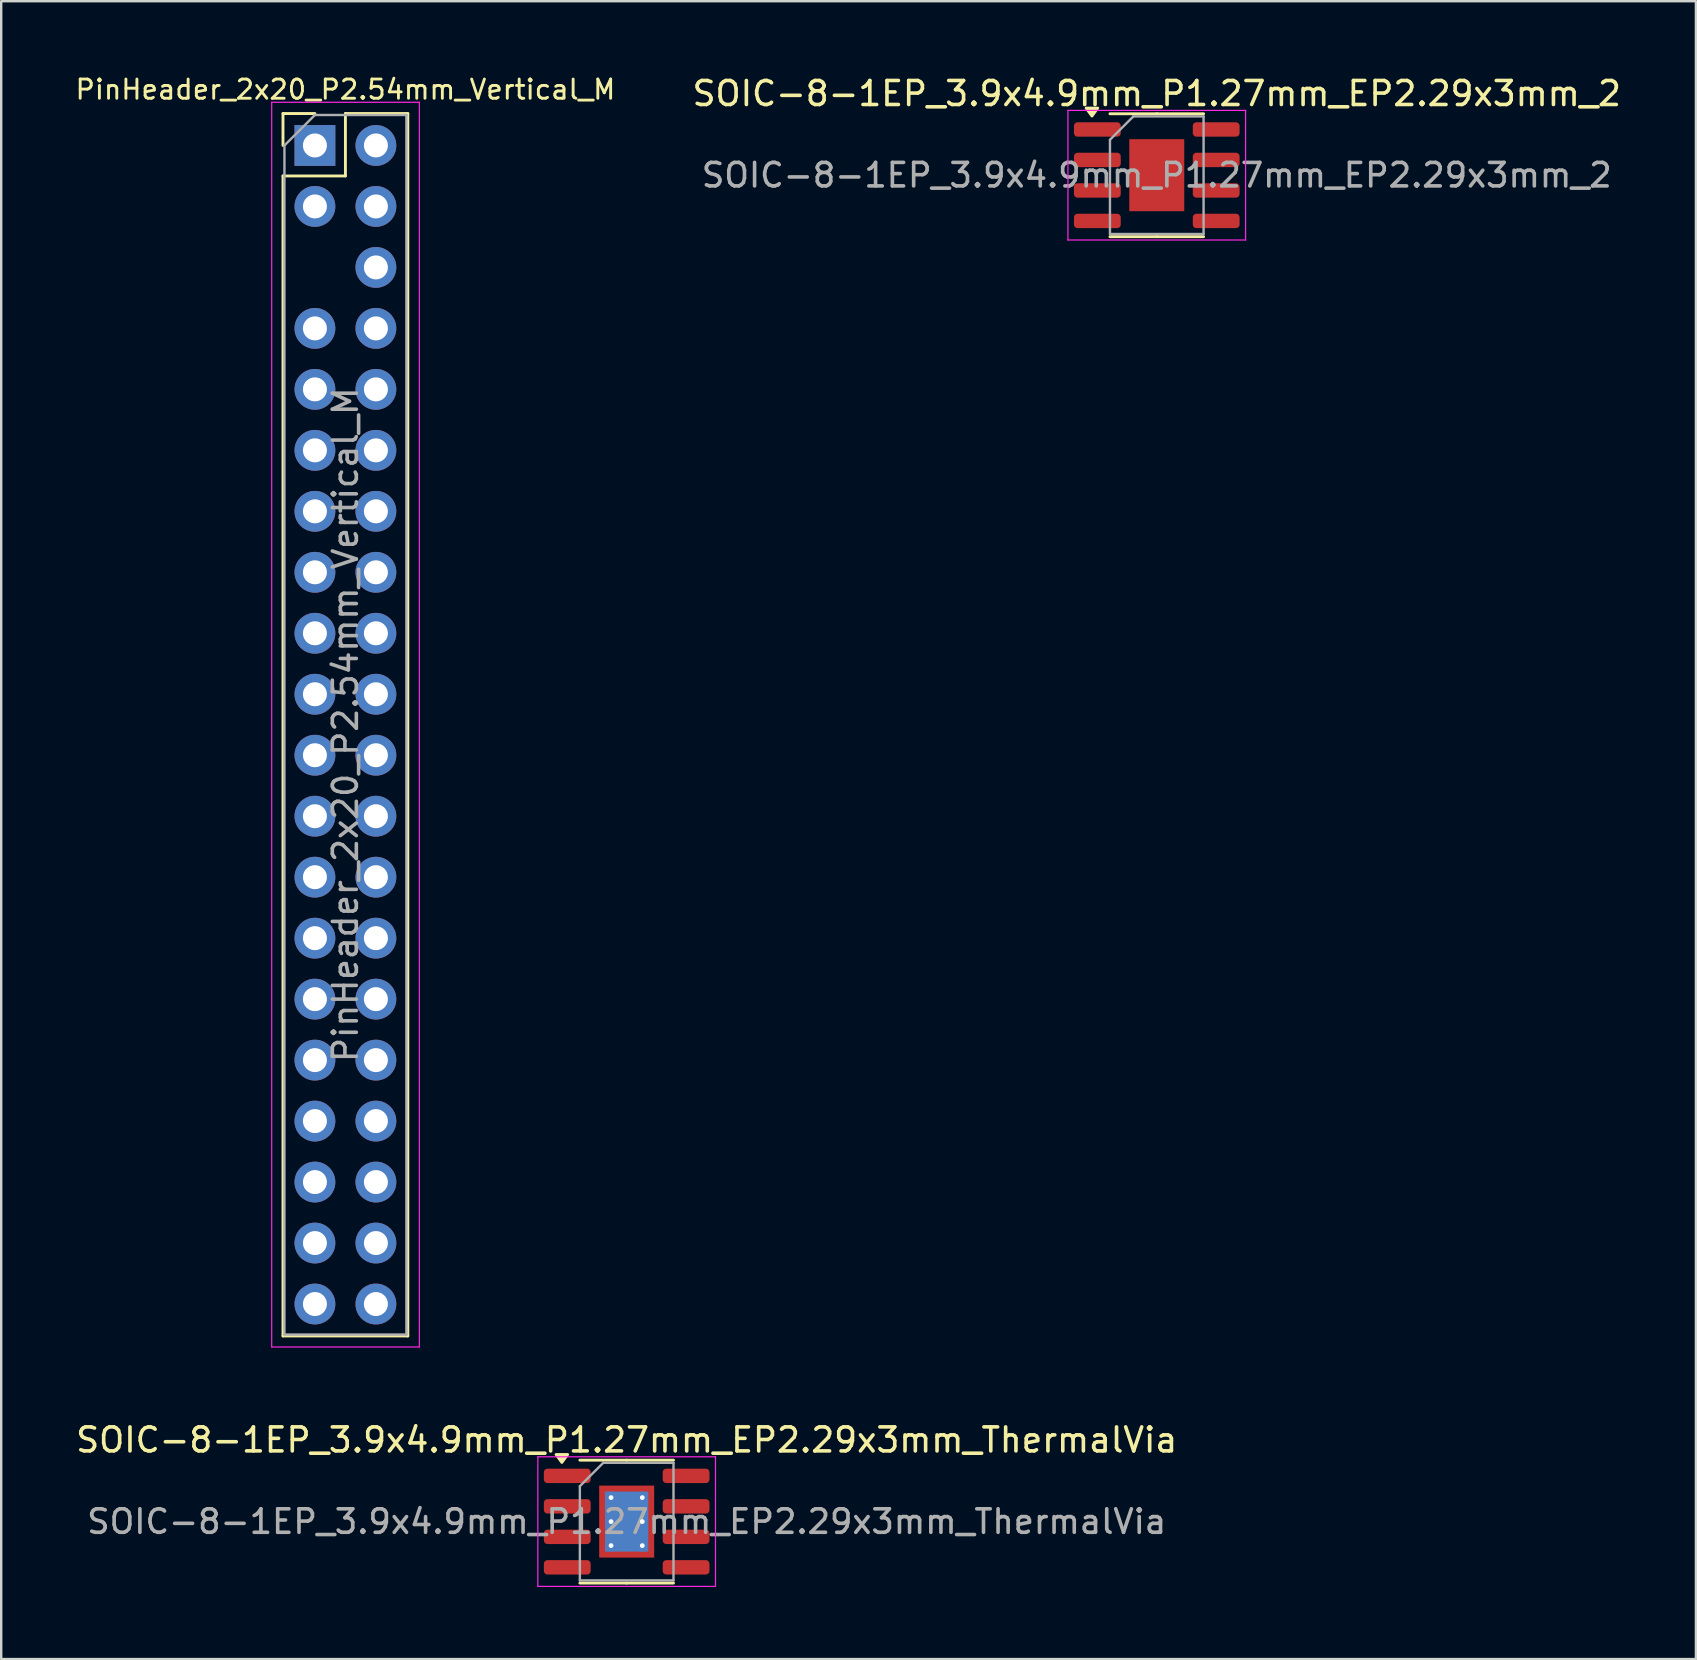
<source format=kicad_pcb>
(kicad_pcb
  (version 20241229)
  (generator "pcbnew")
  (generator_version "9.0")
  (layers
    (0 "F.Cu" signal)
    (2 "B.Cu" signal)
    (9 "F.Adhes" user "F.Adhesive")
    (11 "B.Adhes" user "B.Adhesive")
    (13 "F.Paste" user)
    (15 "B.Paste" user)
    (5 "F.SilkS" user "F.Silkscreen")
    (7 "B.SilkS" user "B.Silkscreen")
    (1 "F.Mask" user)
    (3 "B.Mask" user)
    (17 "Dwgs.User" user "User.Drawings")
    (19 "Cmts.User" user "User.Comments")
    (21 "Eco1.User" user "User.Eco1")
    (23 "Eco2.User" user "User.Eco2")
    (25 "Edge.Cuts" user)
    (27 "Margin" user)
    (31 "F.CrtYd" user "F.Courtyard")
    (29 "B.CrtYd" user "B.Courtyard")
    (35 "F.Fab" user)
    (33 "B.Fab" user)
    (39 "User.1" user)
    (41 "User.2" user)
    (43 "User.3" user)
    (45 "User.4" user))
  (footprint "SOIC-8-1EP_3.9x4.9mm_P1.27mm_EP2.29x3mm_2"
    (layer "F.Cu")
    (at 45.135 4.248)
    (property "Reference" "SOIC-8-1EP_3.9x4.9mm_P1.27mm_EP2.29x3mm_2" (at 0 -3.4 180) (layer "F.SilkS") (effects (font (size 1 1) (thickness 0.15))))
    (attr smd)
    (fp_line (start 0 -2.56) (end -1.95 -2.56) (stroke (width 0.12) (type solid)) (layer "F.SilkS"))
    (fp_line (start 0 -2.56) (end 1.95 -2.56) (stroke (width 0.12) (type solid)) (layer "F.SilkS"))
    (fp_line (start 0 2.56) (end -1.95 2.56) (stroke (width 0.12) (type solid)) (layer "F.SilkS"))
    (fp_line (start 0 2.56) (end 1.95 2.56) (stroke (width 0.12) (type solid)) (layer "F.SilkS"))
    (fp_poly (pts (xy -2.7 -2.465) (xy -2.94 -2.795) (xy -2.46 -2.795) (xy -2.7 -2.465)) (stroke (width 0.12) (type solid)) (fill yes) (layer "F.SilkS"))
    (fp_line (start -3.7 -2.7) (end -3.7 2.7) (stroke (width 0.05) (type solid)) (layer "F.CrtYd"))
    (fp_line (start -3.7 2.7) (end 3.7 2.7) (stroke (width 0.05) (type solid)) (layer "F.CrtYd"))
    (fp_line (start 3.7 -2.7) (end -3.7 -2.7) (stroke (width 0.05) (type solid)) (layer "F.CrtYd"))
    (fp_line (start 3.7 2.7) (end 3.7 -2.7) (stroke (width 0.05) (type solid)) (layer "F.CrtYd"))
    (fp_line (start -1.95 -1.475) (end -0.975 -2.45) (stroke (width 0.1) (type solid)) (layer "F.Fab"))
    (fp_line (start -1.95 2.45) (end -1.95 -1.475) (stroke (width 0.1) (type solid)) (layer "F.Fab"))
    (fp_line (start -0.975 -2.45) (end 1.95 -2.45) (stroke (width 0.1) (type solid)) (layer "F.Fab"))
    (fp_line (start 1.95 -2.45) (end 1.95 2.45) (stroke (width 0.1) (type solid)) (layer "F.Fab"))
    (fp_line (start 1.95 2.45) (end -1.95 2.45) (stroke (width 0.1) (type solid)) (layer "F.Fab"))
    (fp_text user "${REFERENCE}" (at 0 0 180) (layer "F.Fab") (effects (font (size 0.98 0.98) (thickness 0.15))))
    (pad "" smd roundrect (at -0.57 -0.75) (size 0.92 1.21) (layers "F.Paste") (roundrect_rratio 0.25))
    (pad "" smd roundrect (at -0.57 0.75) (size 0.92 1.21) (layers "F.Paste") (roundrect_rratio 0.25))
    (pad "" smd roundrect (at 0.57 -0.75) (size 0.92 1.21) (layers "F.Paste") (roundrect_rratio 0.25))
    (pad "" smd roundrect (at 0.57 0.75) (size 0.92 1.21) (layers "F.Paste") (roundrect_rratio 0.25))
    (pad "1" smd roundrect (at -2.475 -1.905) (size 1.95 0.6) (layers "F.Cu" "F.Mask" "F.Paste") (roundrect_rratio 0.25))
    (pad "2" smd roundrect (at -2.475 -0.635) (size 1.95 0.6) (layers "F.Cu" "F.Mask" "F.Paste") (roundrect_rratio 0.25))
    (pad "3" smd roundrect (at -2.475 0.635) (size 1.95 0.6) (layers "F.Cu" "F.Mask" "F.Paste") (roundrect_rratio 0.25))
    (pad "4" smd roundrect (at -2.475 1.905) (size 1.95 0.6) (layers "F.Cu" "F.Mask" "F.Paste") (roundrect_rratio 0.25))
    (pad "5" smd roundrect (at 2.475 1.905) (size 1.95 0.6) (layers "F.Cu" "F.Mask" "F.Paste") (roundrect_rratio 0.25))
    (pad "6" smd roundrect (at 2.475 0.635) (size 1.95 0.6) (layers "F.Cu" "F.Mask" "F.Paste") (roundrect_rratio 0.25))
    (pad "7" smd roundrect (at 2.475 -0.635) (size 1.95 0.6) (layers "F.Cu" "F.Mask" "F.Paste") (roundrect_rratio 0.25))
    (pad "8" smd roundrect (at 2.475 -1.905) (size 1.95 0.6) (layers "F.Cu" "F.Mask" "F.Paste") (roundrect_rratio 0.25))
    (pad "9" smd rect (at 0 0) (size 2.29 3) (property pad_prop_heatsink) (layers "F.Cu" "F.Mask")))
  (footprint "PinHeader_2x20_P2.54mm_Vertical_M"
    (layer "F.Cu")
    (at 10.068 3.009)
    (property "Reference" "PinHeader_2x20_P2.54mm_Vertical_M" (at 1.27 -2.33 0) (layer "F.SilkS") (effects (font (size 0.8 0.8) (thickness 0.12))))
    (attr through_hole)
    (fp_line (start -1.33 -1.33) (end 0 -1.33) (stroke (width 0.12) (type solid)) (layer "F.SilkS"))
    (fp_line (start -1.33 0) (end -1.33 -1.33) (stroke (width 0.12) (type solid)) (layer "F.SilkS"))
    (fp_line (start -1.33 1.27) (end -1.33 49.59) (stroke (width 0.12) (type solid)) (layer "F.SilkS"))
    (fp_line (start -1.33 1.27) (end 1.27 1.27) (stroke (width 0.12) (type solid)) (layer "F.SilkS"))
    (fp_line (start -1.33 49.59) (end 3.87 49.59) (stroke (width 0.12) (type solid)) (layer "F.SilkS"))
    (fp_line (start 1.27 -1.33) (end 3.87 -1.33) (stroke (width 0.12) (type solid)) (layer "F.SilkS"))
    (fp_line (start 1.27 1.27) (end 1.27 -1.33) (stroke (width 0.12) (type solid)) (layer "F.SilkS"))
    (fp_line (start 3.87 -1.33) (end 3.87 49.59) (stroke (width 0.12) (type solid)) (layer "F.SilkS"))
    (fp_line (start -1.8 -1.8) (end -1.8 50.05) (stroke (width 0.05) (type solid)) (layer "F.CrtYd"))
    (fp_line (start -1.8 50.05) (end 4.35 50.05) (stroke (width 0.05) (type solid)) (layer "F.CrtYd"))
    (fp_line (start 4.35 -1.8) (end -1.8 -1.8) (stroke (width 0.05) (type solid)) (layer "F.CrtYd"))
    (fp_line (start 4.35 50.05) (end 4.35 -1.8) (stroke (width 0.05) (type solid)) (layer "F.CrtYd"))
    (fp_line (start -1.27 0) (end 0 -1.27) (stroke (width 0.1) (type solid)) (layer "F.Fab"))
    (fp_line (start -1.27 49.53) (end -1.27 0) (stroke (width 0.1) (type solid)) (layer "F.Fab"))
    (fp_line (start 0 -1.27) (end 3.81 -1.27) (stroke (width 0.1) (type solid)) (layer "F.Fab"))
    (fp_line (start 3.81 -1.27) (end 3.81 49.53) (stroke (width 0.1) (type solid)) (layer "F.Fab"))
    (fp_line (start 3.81 49.53) (end -1.27 49.53) (stroke (width 0.1) (type solid)) (layer "F.Fab"))
    (fp_text user "${REFERENCE}" (at 1.27 24.13 90) (layer "F.Fab") (effects (font (size 1 1) (thickness 0.15))))
    (pad "1" thru_hole rect (at 0 0) (size 1.7 1.7) (drill 1) (layers "*.Cu" "*.Mask"))
    (pad "2" thru_hole oval (at 2.54 0) (size 1.7 1.7) (drill 1) (layers "*.Cu" "*.Mask"))
    (pad "3" thru_hole oval (at 0 2.54) (size 1.7 1.7) (drill 1) (layers "*.Cu" "*.Mask"))
    (pad "4" thru_hole oval (at 2.54 2.54) (size 1.7 1.7) (drill 1) (layers "*.Cu" "*.Mask"))
    (pad "6" thru_hole oval (at 2.54 5.08) (size 1.7 1.7) (drill 1) (layers "*.Cu" "*.Mask"))
    (pad "7" thru_hole oval (at 0 7.62) (size 1.7 1.7) (drill 1) (layers "*.Cu" "*.Mask"))
    (pad "8" thru_hole oval (at 2.54 7.62) (size 1.7 1.7) (drill 1) (layers "*.Cu" "*.Mask"))
    (pad "9" thru_hole oval (at 0 10.16) (size 1.7 1.7) (drill 1) (layers "*.Cu" "*.Mask"))
    (pad "10" thru_hole oval (at 2.54 10.16) (size 1.7 1.7) (drill 1) (layers "*.Cu" "*.Mask"))
    (pad "11" thru_hole oval (at 0 12.7) (size 1.7 1.7) (drill 1) (layers "*.Cu" "*.Mask"))
    (pad "12" thru_hole oval (at 2.54 12.7) (size 1.7 1.7) (drill 1) (layers "*.Cu" "*.Mask"))
    (pad "13" thru_hole oval (at 0 15.24) (size 1.7 1.7) (drill 1) (layers "*.Cu" "*.Mask"))
    (pad "14" thru_hole oval (at 2.54 15.24) (size 1.7 1.7) (drill 1) (layers "*.Cu" "*.Mask"))
    (pad "15" thru_hole oval (at 0 17.78) (size 1.7 1.7) (drill 1) (layers "*.Cu" "*.Mask"))
    (pad "16" thru_hole oval (at 2.54 17.78) (size 1.7 1.7) (drill 1) (layers "*.Cu" "*.Mask"))
    (pad "17" thru_hole oval (at 0 20.32) (size 1.7 1.7) (drill 1) (layers "*.Cu" "*.Mask"))
    (pad "18" thru_hole oval (at 2.54 20.32) (size 1.7 1.7) (drill 1) (layers "*.Cu" "*.Mask"))
    (pad "19" thru_hole oval (at 0 22.86) (size 1.7 1.7) (drill 1) (layers "*.Cu" "*.Mask"))
    (pad "20" thru_hole oval (at 2.54 22.86) (size 1.7 1.7) (drill 1) (layers "*.Cu" "*.Mask"))
    (pad "21" thru_hole oval (at 0 25.4) (size 1.7 1.7) (drill 1) (layers "*.Cu" "*.Mask"))
    (pad "22" thru_hole oval (at 2.54 25.4) (size 1.7 1.7) (drill 1) (layers "*.Cu" "*.Mask"))
    (pad "23" thru_hole oval (at 0 27.94) (size 1.7 1.7) (drill 1) (layers "*.Cu" "*.Mask"))
    (pad "24" thru_hole oval (at 2.54 27.94) (size 1.7 1.7) (drill 1) (layers "*.Cu" "*.Mask"))
    (pad "25" thru_hole oval (at 0 30.48) (size 1.7 1.7) (drill 1) (layers "*.Cu" "*.Mask"))
    (pad "26" thru_hole oval (at 2.54 30.48) (size 1.7 1.7) (drill 1) (layers "*.Cu" "*.Mask"))
    (pad "27" thru_hole oval (at 0 33.02) (size 1.7 1.7) (drill 1) (layers "*.Cu" "*.Mask"))
    (pad "28" thru_hole oval (at 2.54 33.02) (size 1.7 1.7) (drill 1) (layers "*.Cu" "*.Mask"))
    (pad "29" thru_hole oval (at 0 35.56) (size 1.7 1.7) (drill 1) (layers "*.Cu" "*.Mask"))
    (pad "30" thru_hole oval (at 2.54 35.56) (size 1.7 1.7) (drill 1) (layers "*.Cu" "*.Mask"))
    (pad "31" thru_hole oval (at 0 38.1) (size 1.7 1.7) (drill 1) (layers "*.Cu" "*.Mask"))
    (pad "32" thru_hole oval (at 2.54 38.1) (size 1.7 1.7) (drill 1) (layers "*.Cu" "*.Mask"))
    (pad "33" thru_hole oval (at 0 40.64) (size 1.7 1.7) (drill 1) (layers "*.Cu" "*.Mask"))
    (pad "34" thru_hole oval (at 2.54 40.64) (size 1.7 1.7) (drill 1) (layers "*.Cu" "*.Mask"))
    (pad "35" thru_hole oval (at 0 43.18) (size 1.7 1.7) (drill 1) (layers "*.Cu" "*.Mask"))
    (pad "36" thru_hole oval (at 2.54 43.18) (size 1.7 1.7) (drill 1) (layers "*.Cu" "*.Mask"))
    (pad "37" thru_hole oval (at 0 45.72) (size 1.7 1.7) (drill 1) (layers "*.Cu" "*.Mask"))
    (pad "38" thru_hole oval (at 2.54 45.72) (size 1.7 1.7) (drill 1) (layers "*.Cu" "*.Mask"))
    (pad "39" thru_hole oval (at 0 48.26) (size 1.7 1.7) (drill 1) (layers "*.Cu" "*.Mask"))
    (pad "40" thru_hole oval (at 2.54 48.26) (size 1.7 1.7) (drill 1) (layers "*.Cu" "*.Mask")))
  (footprint "SOIC-8-1EP_3.9x4.9mm_P1.27mm_EP2.29x3mm_ThermalVia"
    (layer "F.Cu")
    (at 23.054 60.332)
    (property "Reference" "SOIC-8-1EP_3.9x4.9mm_P1.27mm_EP2.29x3mm_ThermalVia" (at 0 -3.4 180) (layer "F.SilkS") (effects (font (size 1 1) (thickness 0.15))))
    (attr smd)
    (fp_line (start 0 -2.56) (end -1.95 -2.56) (stroke (width 0.12) (type solid)) (layer "F.SilkS"))
    (fp_line (start 0 -2.56) (end 1.95 -2.56) (stroke (width 0.12) (type solid)) (layer "F.SilkS"))
    (fp_line (start 0 2.56) (end -1.95 2.56) (stroke (width 0.12) (type solid)) (layer "F.SilkS"))
    (fp_line (start 0 2.56) (end 1.95 2.56) (stroke (width 0.12) (type solid)) (layer "F.SilkS"))
    (fp_poly (pts (xy -2.7 -2.465) (xy -2.94 -2.795) (xy -2.46 -2.795) (xy -2.7 -2.465)) (stroke (width 0.12) (type solid)) (fill yes) (layer "F.SilkS"))
    (fp_line (start -3.7 -2.7) (end -3.7 2.7) (stroke (width 0.05) (type solid)) (layer "F.CrtYd"))
    (fp_line (start -3.7 2.7) (end 3.7 2.7) (stroke (width 0.05) (type solid)) (layer "F.CrtYd"))
    (fp_line (start 3.7 -2.7) (end -3.7 -2.7) (stroke (width 0.05) (type solid)) (layer "F.CrtYd"))
    (fp_line (start 3.7 2.7) (end 3.7 -2.7) (stroke (width 0.05) (type solid)) (layer "F.CrtYd"))
    (fp_line (start -1.95 -1.475) (end -0.975 -2.45) (stroke (width 0.1) (type solid)) (layer "F.Fab"))
    (fp_line (start -1.95 2.45) (end -1.95 -1.475) (stroke (width 0.1) (type solid)) (layer "F.Fab"))
    (fp_line (start -0.975 -2.45) (end 1.95 -2.45) (stroke (width 0.1) (type solid)) (layer "F.Fab"))
    (fp_line (start 1.95 -2.45) (end 1.95 2.45) (stroke (width 0.1) (type solid)) (layer "F.Fab"))
    (fp_line (start 1.95 2.45) (end -1.95 2.45) (stroke (width 0.1) (type solid)) (layer "F.Fab"))
    (fp_text user "${REFERENCE}" (at 0 0 180) (layer "F.Fab") (effects (font (size 0.98 0.98) (thickness 0.15))))
    (pad "" smd roundrect (at -0.57 -0.75) (size 0.96 1.25) (layers "F.Paste") (roundrect_rratio 0.25))
    (pad "" smd roundrect (at -0.57 0.75) (size 0.96 1.25) (layers "F.Paste") (roundrect_rratio 0.25))
    (pad "" smd roundrect (at 0.57 -0.75) (size 0.96 1.25) (layers "F.Paste") (roundrect_rratio 0.25))
    (pad "" smd roundrect (at 0.57 0.75) (size 0.96 1.25) (layers "F.Paste") (roundrect_rratio 0.25))
    (pad "1" smd roundrect (at -2.475 -1.905) (size 1.95 0.6) (layers "F.Cu" "F.Mask" "F.Paste") (roundrect_rratio 0.25))
    (pad "2" smd roundrect (at -2.475 -0.635) (size 1.95 0.6) (layers "F.Cu" "F.Mask" "F.Paste") (roundrect_rratio 0.25))
    (pad "3" smd roundrect (at -2.475 0.635) (size 1.95 0.6) (layers "F.Cu" "F.Mask" "F.Paste") (roundrect_rratio 0.25))
    (pad "4" smd roundrect (at -2.475 1.905) (size 1.95 0.6) (layers "F.Cu" "F.Mask" "F.Paste") (roundrect_rratio 0.25))
    (pad "5" smd roundrect (at 2.475 1.905) (size 1.95 0.6) (layers "F.Cu" "F.Mask" "F.Paste") (roundrect_rratio 0.25))
    (pad "6" smd roundrect (at 2.475 0.635) (size 1.95 0.6) (layers "F.Cu" "F.Mask" "F.Paste") (roundrect_rratio 0.25))
    (pad "7" smd roundrect (at 2.475 -0.635) (size 1.95 0.6) (layers "F.Cu" "F.Mask" "F.Paste") (roundrect_rratio 0.25))
    (pad "8" smd roundrect (at 2.475 -1.905) (size 1.95 0.6) (layers "F.Cu" "F.Mask" "F.Paste") (roundrect_rratio 0.25))
    (pad "9" thru_hole circle (at -0.65 -1) (size 0.5 0.5) (drill 0.2) (property pad_prop_heatsink) (layers "*.Cu"))
    (pad "9" thru_hole circle (at -0.65 0) (size 0.5 0.5) (drill 0.2) (property pad_prop_heatsink) (layers "*.Cu"))
    (pad "9" thru_hole circle (at -0.65 1) (size 0.5 0.5) (drill 0.2) (property pad_prop_heatsink) (layers "*.Cu"))
    (pad "9" smd rect (at 0 0) (size 1.8 2.5) (property pad_prop_heatsink) (layers "B.Cu"))
    (pad "9" smd rect (at 0 0) (size 2.29 3) (property pad_prop_heatsink) (layers "F.Cu" "F.Mask"))
    (pad "9" thru_hole circle (at 0.65 -1) (size 0.5 0.5) (drill 0.2) (property pad_prop_heatsink) (layers "*.Cu"))
    (pad "9" thru_hole circle (at 0.65 0) (size 0.5 0.5) (drill 0.2) (property pad_prop_heatsink) (layers "*.Cu"))
    (pad "9" thru_hole circle (at 0.65 1) (size 0.5 0.5) (drill 0.2) (property pad_prop_heatsink) (layers "*.Cu")))
  (gr_rect
    (start -3 -3)
    (end 67.593 66.057)
    (stroke (width 0.1) (type default))
    (fill no)
    (layer "Edge.Cuts")))
</source>
